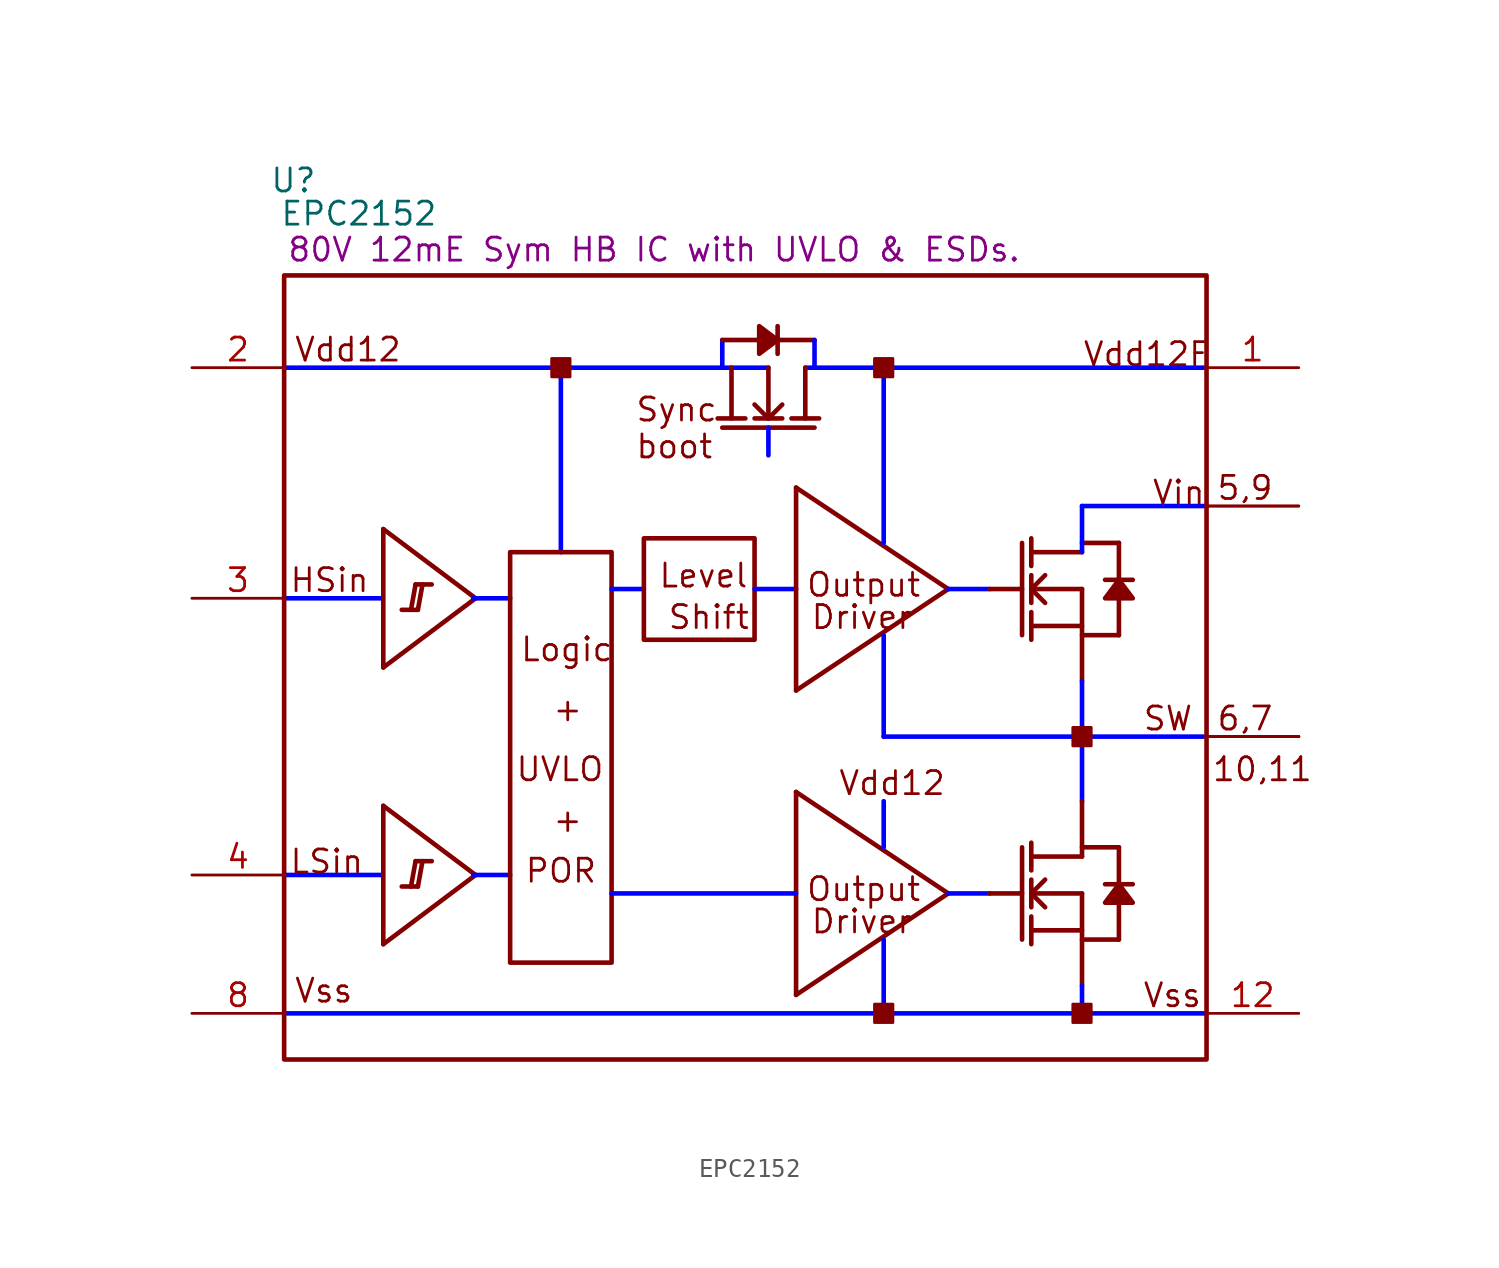
<source format=kicad_sym>
(kicad_symbol_lib
  (version 20241209)
  (generator "kicad_symbol_editor")
  (generator_version "9.0")
  (symbol "EPC2152"
    (property "Reference" "U"
      (at 0.508 48.412 0)
      (effects (font (size 1.27 1.27))))
    (property "Value" "EPC2152"
      (at 4.115 46.584 0)
      (effects (font (size 1.27 1.27))))
    (property "Description" "80V 12mE Sym HB IC with UVLO & ESDs."
      (at 20.371 44.602 0)
      (effects (font (size 1.27 1.27))))
    (symbol "EPC2152_1_0"
      (polyline (pts (xy 0 38.1) (xy 26.67 38.1)) (stroke (width 0.254) (type solid) (color 0 0 255 1)) (fill (type none)))
      (polyline (pts (xy 0 25.4) (xy 5.334 25.4)) (stroke (width 0.254) (type solid) (color 0 0 255 1)) (fill (type none)))
      (polyline (pts (xy 0 10.16) (xy 5.334 10.16)) (stroke (width 0.254) (type solid) (color 0 0 255 1)) (fill (type none)))
      (polyline (pts (xy 0 2.54) (xy 50.8 2.54)) (stroke (width 0.254) (type solid) (color 0 0 255 1)) (fill (type none)))
      (polyline (pts (xy 5.461 29.21) (xy 5.461 21.59)) (stroke (width 0.254) (type solid)) (fill (type none)))
      (polyline (pts (xy 5.461 29.21) (xy 10.541 25.4)) (stroke (width 0.254) (type solid)) (fill (type none)))
      (polyline (pts (xy 5.461 21.59) (xy 10.541 25.4)) (stroke (width 0.254) (type solid)) (fill (type none)))
      (polyline (pts (xy 5.461 13.97) (xy 5.461 6.35)) (stroke (width 0.254) (type solid)) (fill (type none)))
      (polyline (pts (xy 5.461 13.97) (xy 10.541 10.16)) (stroke (width 0.254) (type solid)) (fill (type none)))
      (polyline (pts (xy 5.461 6.35) (xy 10.541 10.16)) (stroke (width 0.254) (type solid)) (fill (type none)))
      (polyline (pts (xy 6.985 24.765) (xy 7.239 26.162)) (stroke (width 0.254) (type solid)) (fill (type none)))
      (polyline (pts (xy 6.985 9.525) (xy 7.239 10.922)) (stroke (width 0.254) (type solid)) (fill (type none)))
      (polyline (pts (xy 7.366 24.765) (xy 6.477 24.765)) (stroke (width 0.254) (type solid)) (fill (type none)))
      (polyline (pts (xy 7.366 24.765) (xy 7.62 26.162)) (stroke (width 0.254) (type solid)) (fill (type none)))
      (polyline (pts (xy 7.366 9.525) (xy 6.477 9.525)) (stroke (width 0.254) (type solid)) (fill (type none)))
      (polyline (pts (xy 7.366 9.525) (xy 7.62 10.922)) (stroke (width 0.254) (type solid)) (fill (type none)))
      (polyline (pts (xy 8.128 26.162) (xy 7.239 26.162)) (stroke (width 0.254) (type solid)) (fill (type none)))
      (polyline (pts (xy 8.128 10.922) (xy 7.239 10.922)) (stroke (width 0.254) (type solid)) (fill (type none)))
      (polyline (pts (xy 10.414 25.4) (xy 12.446 25.4)) (stroke (width 0.254) (type solid) (color 0 0 255 1)) (fill (type none)))
      (polyline (pts (xy 10.414 10.16) (xy 12.446 10.16)) (stroke (width 0.254) (type solid) (color 0 0 255 1)) (fill (type none)))
      (polyline (pts (xy 15.24 27.94) (xy 15.24 38.1)) (stroke (width 0.254) (type solid) (color 0 0 255 1)) (fill (type none)))
      (rectangle (start 15.748 38.608) (end 14.732 37.592) (stroke (width 0) (type solid)) (fill (type outline)))
      (rectangle (start 18.034 27.94) (end 12.446 5.334) (stroke (width 0.254) (type solid)) (fill (type none)))
      (polyline (pts (xy 18.034 25.908) (xy 19.812 25.908)) (stroke (width 0.254) (type solid) (color 0 0 255 1)) (fill (type none)))
      (polyline (pts (xy 24.13 39.624) (xy 24.13 38.1)) (stroke (width 0.254) (type solid) (color 0 0 255 1)) (fill (type none)))
      (polyline (pts (xy 24.13 39.624) (xy 26.162 39.624)) (stroke (width 0.254) (type solid)) (fill (type none)))
      (polyline (pts (xy 24.13 34.798) (xy 29.21 34.798)) (stroke (width 0.254) (type solid)) (fill (type none)))
      (polyline (pts (xy 24.638 38.1) (xy 24.638 35.306)) (stroke (width 0.254) (type solid)) (fill (type none)))
      (polyline (pts (xy 25.4 35.306) (xy 23.876 35.306)) (stroke (width 0.254) (type solid)) (fill (type none)))
      (rectangle (start 25.908 28.702) (end 19.812 23.114) (stroke (width 0.254) (type solid)) (fill (type none)))
      (polyline (pts (xy 25.908 25.908) (xy 28.194 25.908)) (stroke (width 0.254) (type solid) (color 0 0 255 1)) (fill (type none)))
      (polyline (pts (xy 26.67 35.306) (xy 25.908 36.068)) (stroke (width 0.254) (type solid)) (fill (type none)))
      (polyline (pts (xy 26.67 35.306) (xy 26.67 38.1)) (stroke (width 0.254) (type solid)) (fill (type none)))
      (polyline (pts (xy 26.67 34.798) (xy 26.67 33.274)) (stroke (width 0.254) (type solid) (color 0 0 255 1)) (fill (type none)))
      (polyline (pts (xy 27.178 39.624) (xy 29.21 39.624)) (stroke (width 0.254) (type solid)) (fill (type none)))
      (polyline (pts (xy 27.178 39.624) (xy 26.162 40.386) (xy 26.162 38.862) (xy 27.178 39.624)) (stroke (width 0.254) (type solid)) (fill (type outline)))
      (polyline (pts (xy 27.178 38.862) (xy 27.178 40.386)) (stroke (width 0.254) (type solid)) (fill (type none)))
      (polyline (pts (xy 27.432 36.068) (xy 26.67 35.306)) (stroke (width 0.254) (type solid)) (fill (type none)))
      (polyline (pts (xy 27.432 35.306) (xy 25.908 35.306)) (stroke (width 0.254) (type solid)) (fill (type none)))
      (polyline (pts (xy 28.194 31.496) (xy 28.194 20.32)) (stroke (width 0.254) (type solid)) (fill (type none)))
      (polyline (pts (xy 28.194 31.496) (xy 36.576 25.908)) (stroke (width 0.254) (type solid)) (fill (type none)))
      (polyline (pts (xy 28.194 20.32) (xy 36.576 25.908)) (stroke (width 0.254) (type solid)) (fill (type none)))
      (polyline (pts (xy 28.194 14.732) (xy 28.194 3.556)) (stroke (width 0.254) (type solid)) (fill (type none)))
      (polyline (pts (xy 28.194 14.732) (xy 36.576 9.144)) (stroke (width 0.254) (type solid)) (fill (type none)))
      (polyline (pts (xy 28.194 9.144) (xy 18.034 9.144)) (stroke (width 0.254) (type solid) (color 0 0 255 1)) (fill (type none)))
      (polyline (pts (xy 28.194 3.556) (xy 36.576 9.144)) (stroke (width 0.254) (type solid)) (fill (type none)))
      (polyline (pts (xy 28.702 38.1) (xy 50.8 38.1)) (stroke (width 0.254) (type solid) (color 0 0 255 1)) (fill (type none)))
      (polyline (pts (xy 28.702 35.306) (xy 28.702 38.1)) (stroke (width 0.254) (type solid)) (fill (type none)))
      (polyline (pts (xy 29.21 39.624) (xy 29.21 38.1)) (stroke (width 0.254) (type solid) (color 0 0 255 1)) (fill (type none)))
      (polyline (pts (xy 29.464 35.306) (xy 27.94 35.306)) (stroke (width 0.254) (type solid)) (fill (type none)))
      (polyline (pts (xy 33.02 28.448) (xy 33.02 38.1)) (stroke (width 0.254) (type solid) (color 0 0 255 1)) (fill (type none)))
      (polyline (pts (xy 33.02 17.78) (xy 33.02 23.368)) (stroke (width 0.254) (type solid) (color 0 0 255 1)) (fill (type none)))
      (polyline (pts (xy 33.02 11.684) (xy 33.02 14.224)) (stroke (width 0.254) (type solid) (color 0 0 255 1)) (fill (type none)))
      (polyline (pts (xy 33.02 2.54) (xy 33.02 6.604)) (stroke (width 0.254) (type solid) (color 0 0 255 1)) (fill (type none)))
      (rectangle (start 33.528 38.608) (end 32.512 37.592) (stroke (width 0) (type solid)) (fill (type outline)))
      (rectangle (start 33.528 3.048) (end 32.512 2.032) (stroke (width 0) (type solid)) (fill (type outline)))
      (polyline (pts (xy 36.576 25.908) (xy 38.862 25.908)) (stroke (width 0.254) (type solid) (color 0 0 255 1)) (fill (type none)))
      (polyline (pts (xy 36.576 9.144) (xy 38.862 9.144)) (stroke (width 0.254) (type solid) (color 0 0 255 1)) (fill (type none)))
      (polyline (pts (xy 38.862 25.908) (xy 40.64 25.908)) (stroke (width 0.254) (type solid)) (fill (type none)))
      (polyline (pts (xy 38.862 9.144) (xy 40.64 9.144)) (stroke (width 0.254) (type solid)) (fill (type none)))
      (polyline (pts (xy 40.64 28.448) (xy 40.64 23.368)) (stroke (width 0.254) (type solid)) (fill (type none)))
      (polyline (pts (xy 40.64 11.684) (xy 40.64 6.604)) (stroke (width 0.254) (type solid)) (fill (type none)))
      (polyline (pts (xy 41.148 27.178) (xy 41.148 28.702)) (stroke (width 0.254) (type solid)) (fill (type none)))
      (polyline (pts (xy 41.148 25.908) (xy 41.91 26.67)) (stroke (width 0.254) (type solid)) (fill (type none)))
      (polyline (pts (xy 41.148 25.908) (xy 43.942 25.908)) (stroke (width 0.254) (type solid)) (fill (type none)))
      (polyline (pts (xy 41.148 25.146) (xy 41.148 26.67)) (stroke (width 0.254) (type solid)) (fill (type none)))
      (polyline (pts (xy 41.148 23.876) (xy 43.942 23.876)) (stroke (width 0.254) (type solid)) (fill (type none)))
      (polyline (pts (xy 41.148 23.114) (xy 41.148 24.638)) (stroke (width 0.254) (type solid)) (fill (type none)))
      (polyline (pts (xy 41.148 10.414) (xy 41.148 11.938)) (stroke (width 0.254) (type solid)) (fill (type none)))
      (polyline (pts (xy 41.148 9.144) (xy 41.91 9.906)) (stroke (width 0.254) (type solid)) (fill (type none)))
      (polyline (pts (xy 41.148 9.144) (xy 43.942 9.144)) (stroke (width 0.254) (type solid)) (fill (type none)))
      (polyline (pts (xy 41.148 8.382) (xy 41.148 9.906)) (stroke (width 0.254) (type solid)) (fill (type none)))
      (polyline (pts (xy 41.148 7.112) (xy 43.942 7.112)) (stroke (width 0.254) (type solid)) (fill (type none)))
      (polyline (pts (xy 41.148 6.35) (xy 41.148 7.874)) (stroke (width 0.254) (type solid)) (fill (type none)))
      (polyline (pts (xy 41.91 25.146) (xy 41.148 25.908)) (stroke (width 0.254) (type solid)) (fill (type none)))
      (polyline (pts (xy 41.91 8.382) (xy 41.148 9.144)) (stroke (width 0.254) (type solid)) (fill (type none)))
      (polyline (pts (xy 43.942 30.48) (xy 50.8 30.48)) (stroke (width 0.254) (type solid) (color 0 0 255 1)) (fill (type none)))
      (polyline (pts (xy 43.942 28.448) (xy 45.974 28.448)) (stroke (width 0.254) (type solid)) (fill (type none)))
      (polyline (pts (xy 43.942 27.94) (xy 41.148 27.94)) (stroke (width 0.254) (type solid)) (fill (type none)))
      (polyline (pts (xy 43.942 27.94) (xy 43.942 30.48)) (stroke (width 0.254) (type solid) (color 0 0 255 1)) (fill (type none)))
      (polyline (pts (xy 43.942 25.908) (xy 43.942 20.828)) (stroke (width 0.254) (type solid)) (fill (type none)))
      (polyline (pts (xy 43.942 23.368) (xy 45.974 23.368)) (stroke (width 0.254) (type solid)) (fill (type none)))
      (polyline (pts (xy 43.942 17.78) (xy 33.02 17.78)) (stroke (width 0.254) (type solid) (color 0 0 255 1)) (fill (type none)))
      (polyline (pts (xy 43.942 17.78) (xy 50.8 17.78)) (stroke (width 0.254) (type solid) (color 0 0 255 1)) (fill (type none)))
      (polyline (pts (xy 43.942 14.224) (xy 43.942 20.828)) (stroke (width 0.254) (type solid) (color 0 0 255 1)) (fill (type none)))
      (polyline (pts (xy 43.942 11.684) (xy 45.974 11.684)) (stroke (width 0.254) (type solid)) (fill (type none)))
      (polyline (pts (xy 43.942 11.176) (xy 41.148 11.176)) (stroke (width 0.254) (type solid)) (fill (type none)))
      (polyline (pts (xy 43.942 11.176) (xy 43.942 14.224)) (stroke (width 0.254) (type solid)) (fill (type none)))
      (polyline (pts (xy 43.942 9.144) (xy 43.942 4.064)) (stroke (width 0.254) (type solid)) (fill (type none)))
      (polyline (pts (xy 43.942 6.604) (xy 45.974 6.604)) (stroke (width 0.254) (type solid)) (fill (type none)))
      (polyline (pts (xy 43.942 2.54) (xy 43.942 4.064)) (stroke (width 0.254) (type solid) (color 0 0 255 1)) (fill (type none)))
      (rectangle (start 44.45 18.288) (end 43.434 17.272) (stroke (width 0) (type solid)) (fill (type outline)))
      (rectangle (start 44.45 3.048) (end 43.434 2.032) (stroke (width 0) (type solid)) (fill (type outline)))
      (polyline (pts (xy 45.974 28.448) (xy 45.974 26.416)) (stroke (width 0.254) (type solid)) (fill (type none)))
      (polyline (pts (xy 45.974 26.416) (xy 45.212 25.4) (xy 46.736 25.4) (xy 45.974 26.416)) (stroke (width 0.254) (type solid)) (fill (type outline)))
      (polyline (pts (xy 45.974 25.4) (xy 45.974 23.368)) (stroke (width 0.254) (type solid)) (fill (type none)))
      (polyline (pts (xy 45.974 11.684) (xy 45.974 9.652)) (stroke (width 0.254) (type solid)) (fill (type none)))
      (polyline (pts (xy 45.974 9.652) (xy 45.212 8.636) (xy 46.736 8.636) (xy 45.974 9.652)) (stroke (width 0.254) (type solid)) (fill (type outline)))
      (polyline (pts (xy 45.974 8.636) (xy 45.974 6.604)) (stroke (width 0.254) (type solid)) (fill (type none)))
      (polyline (pts (xy 46.736 26.416) (xy 45.212 26.416)) (stroke (width 0.254) (type solid)) (fill (type none)))
      (polyline (pts (xy 46.736 9.652) (xy 45.212 9.652)) (stroke (width 0.254) (type solid)) (fill (type none)))
      (rectangle (start 50.8 43.18) (end 0 0) (stroke (width 0.254) (type solid)) (fill (type none)))
      (text "HSin" (at 0.254 25.654 0) (effects (font (size 1.27 1.27)) (justify left bottom)))
      (text "LSin" (at 0.254 10.16 0) (effects (font (size 1.27 1.27)) (justify left bottom)))
      (text "Vdd12" (at 0.508 38.354 0) (effects (font (size 1.27 1.27)) (justify left bottom)))
      (text "Vss" (at 0.508 3.048 0) (effects (font (size 1.27 1.27)) (justify left bottom)))
      (text "UVLO" (at 12.7 15.24 0) (effects (font (size 1.27 1.27)) (justify left bottom)))
      (text "Logic" (at 12.954 21.844 0) (effects (font (size 1.27 1.27)) (justify left bottom)))
      (text "POR" (at 13.208 9.652 0) (effects (font (size 1.27 1.27)) (justify left bottom)))
      (text "+" (at 14.732 18.542 0) (effects (font (size 1.27 1.27)) (justify left bottom)))
      (text "+" (at 14.732 12.446 0) (effects (font (size 1.27 1.27)) (justify left bottom)))
      (text "Sync" (at 19.304 35.052 0) (effects (font (size 1.27 1.27)) (justify left bottom)))
      (text "boot" (at 19.304 33.02 0) (effects (font (size 1.27 1.27)) (justify left bottom)))
      (text "Level" (at 20.574 25.908 0) (effects (font (size 1.27 1.27)) (justify left bottom)))
      (text "Shift" (at 21.082 23.622 0) (effects (font (size 1.27 1.27)) (justify left bottom)))
      (text "Output" (at 28.702 25.4 0) (effects (font (size 1.27 1.27)) (justify left bottom)))
      (text "Output" (at 28.702 8.636 0) (effects (font (size 1.27 1.27)) (justify left bottom)))
      (text "Driver" (at 28.956 23.622 0) (effects (font (size 1.27 1.27)) (justify left bottom)))
      (text "Driver" (at 28.956 6.858 0) (effects (font (size 1.27 1.27)) (justify left bottom)))
      (text "Vdd12" (at 30.48 14.478 0) (effects (font (size 1.27 1.27)) (justify left bottom)))
      (text "Vdd12F" (at 43.942 38.1 0) (effects (font (size 1.27 1.27)) (justify left bottom)))
      (text "SW" (at 47.244 18.034 0) (effects (font (size 1.27 1.27)) (justify left bottom)))
      (text "Vss" (at 47.244 2.794 0) (effects (font (size 1.27 1.27)) (justify left bottom)))
      (text "Vin" (at 47.752 30.48 0) (effects (font (size 1.27 1.27)) (justify left bottom)))
      (text "10,11" (at 51.054 15.24 0) (effects (font (size 1.27 1.27)) (justify left bottom)))
      (text "5,9" (at 51.308 30.734 0) (effects (font (size 1.27 1.27)) (justify left bottom)))
      (text "6,7" (at 51.308 18.034 0) (effects (font (size 1.27 1.27)) (justify left bottom)))
      (pin passive line (at -5.08 38.1 0) (length 5.08) (name "Vdd12" (effects (font (size 0 0)))) (number "2" (effects (font (size 1.27 1.27)))))
      (pin passive line (at -5.08 25.4 0) (length 5.08) (name "HSin" (effects (font (size 0 0)))) (number "3" (effects (font (size 1.27 1.27)))))
      (pin passive line (at -5.08 10.16 0) (length 5.08) (name "LSin" (effects (font (size 0 0)))) (number "4" (effects (font (size 1.27 1.27)))))
      (pin passive line (at -5.08 2.54 0) (length 5.08) (name "Vss" (effects (font (size 0 0)))) (number "8" (effects (font (size 1.27 1.27)))))
      (pin passive line (at 55.88 38.1 180) (length 5.08) (name "Vdd12F" (effects (font (size 0 0)))) (number "1" (effects (font (size 1.27 1.27)))))
      (pin passive line (at 55.88 30.48 180) (length 5.08) (name "Vin" (effects (font (size 0 0)))) (number "5" (effects (font (size 0 0)))))
      (pin passive line (at 55.88 30.48 180) (length 5.08) (name "Vin" (effects (font (size 0 0)))) (number "9" (effects (font (size 0 0)))))
      (pin passive line (at 55.88 17.78 180) (length 5.08) (name "SW" (effects (font (size 0 0)))) (number "10" (effects (font (size 0 0)))))
      (pin passive line (at 55.88 17.78 180) (length 5.08) (name "SW" (effects (font (size 0 0)))) (number "11" (effects (font (size 0 0)))))
      (pin passive line (at 55.88 17.78 180) (length 5.08) (name "SW" (effects (font (size 0 0)))) (number "6" (effects (font (size 0 0)))))
      (pin passive line (at 55.88 17.78 180) (length 5.08) (name "SW" (effects (font (size 0 0)))) (number "7" (effects (font (size 0 0)))))
      (pin passive line (at 55.88 2.54 180) (length 5.08) (name "Vss" (effects (font (size 0 0)))) (number "12" (effects (font (size 1.27 1.27))))))))
</source>
